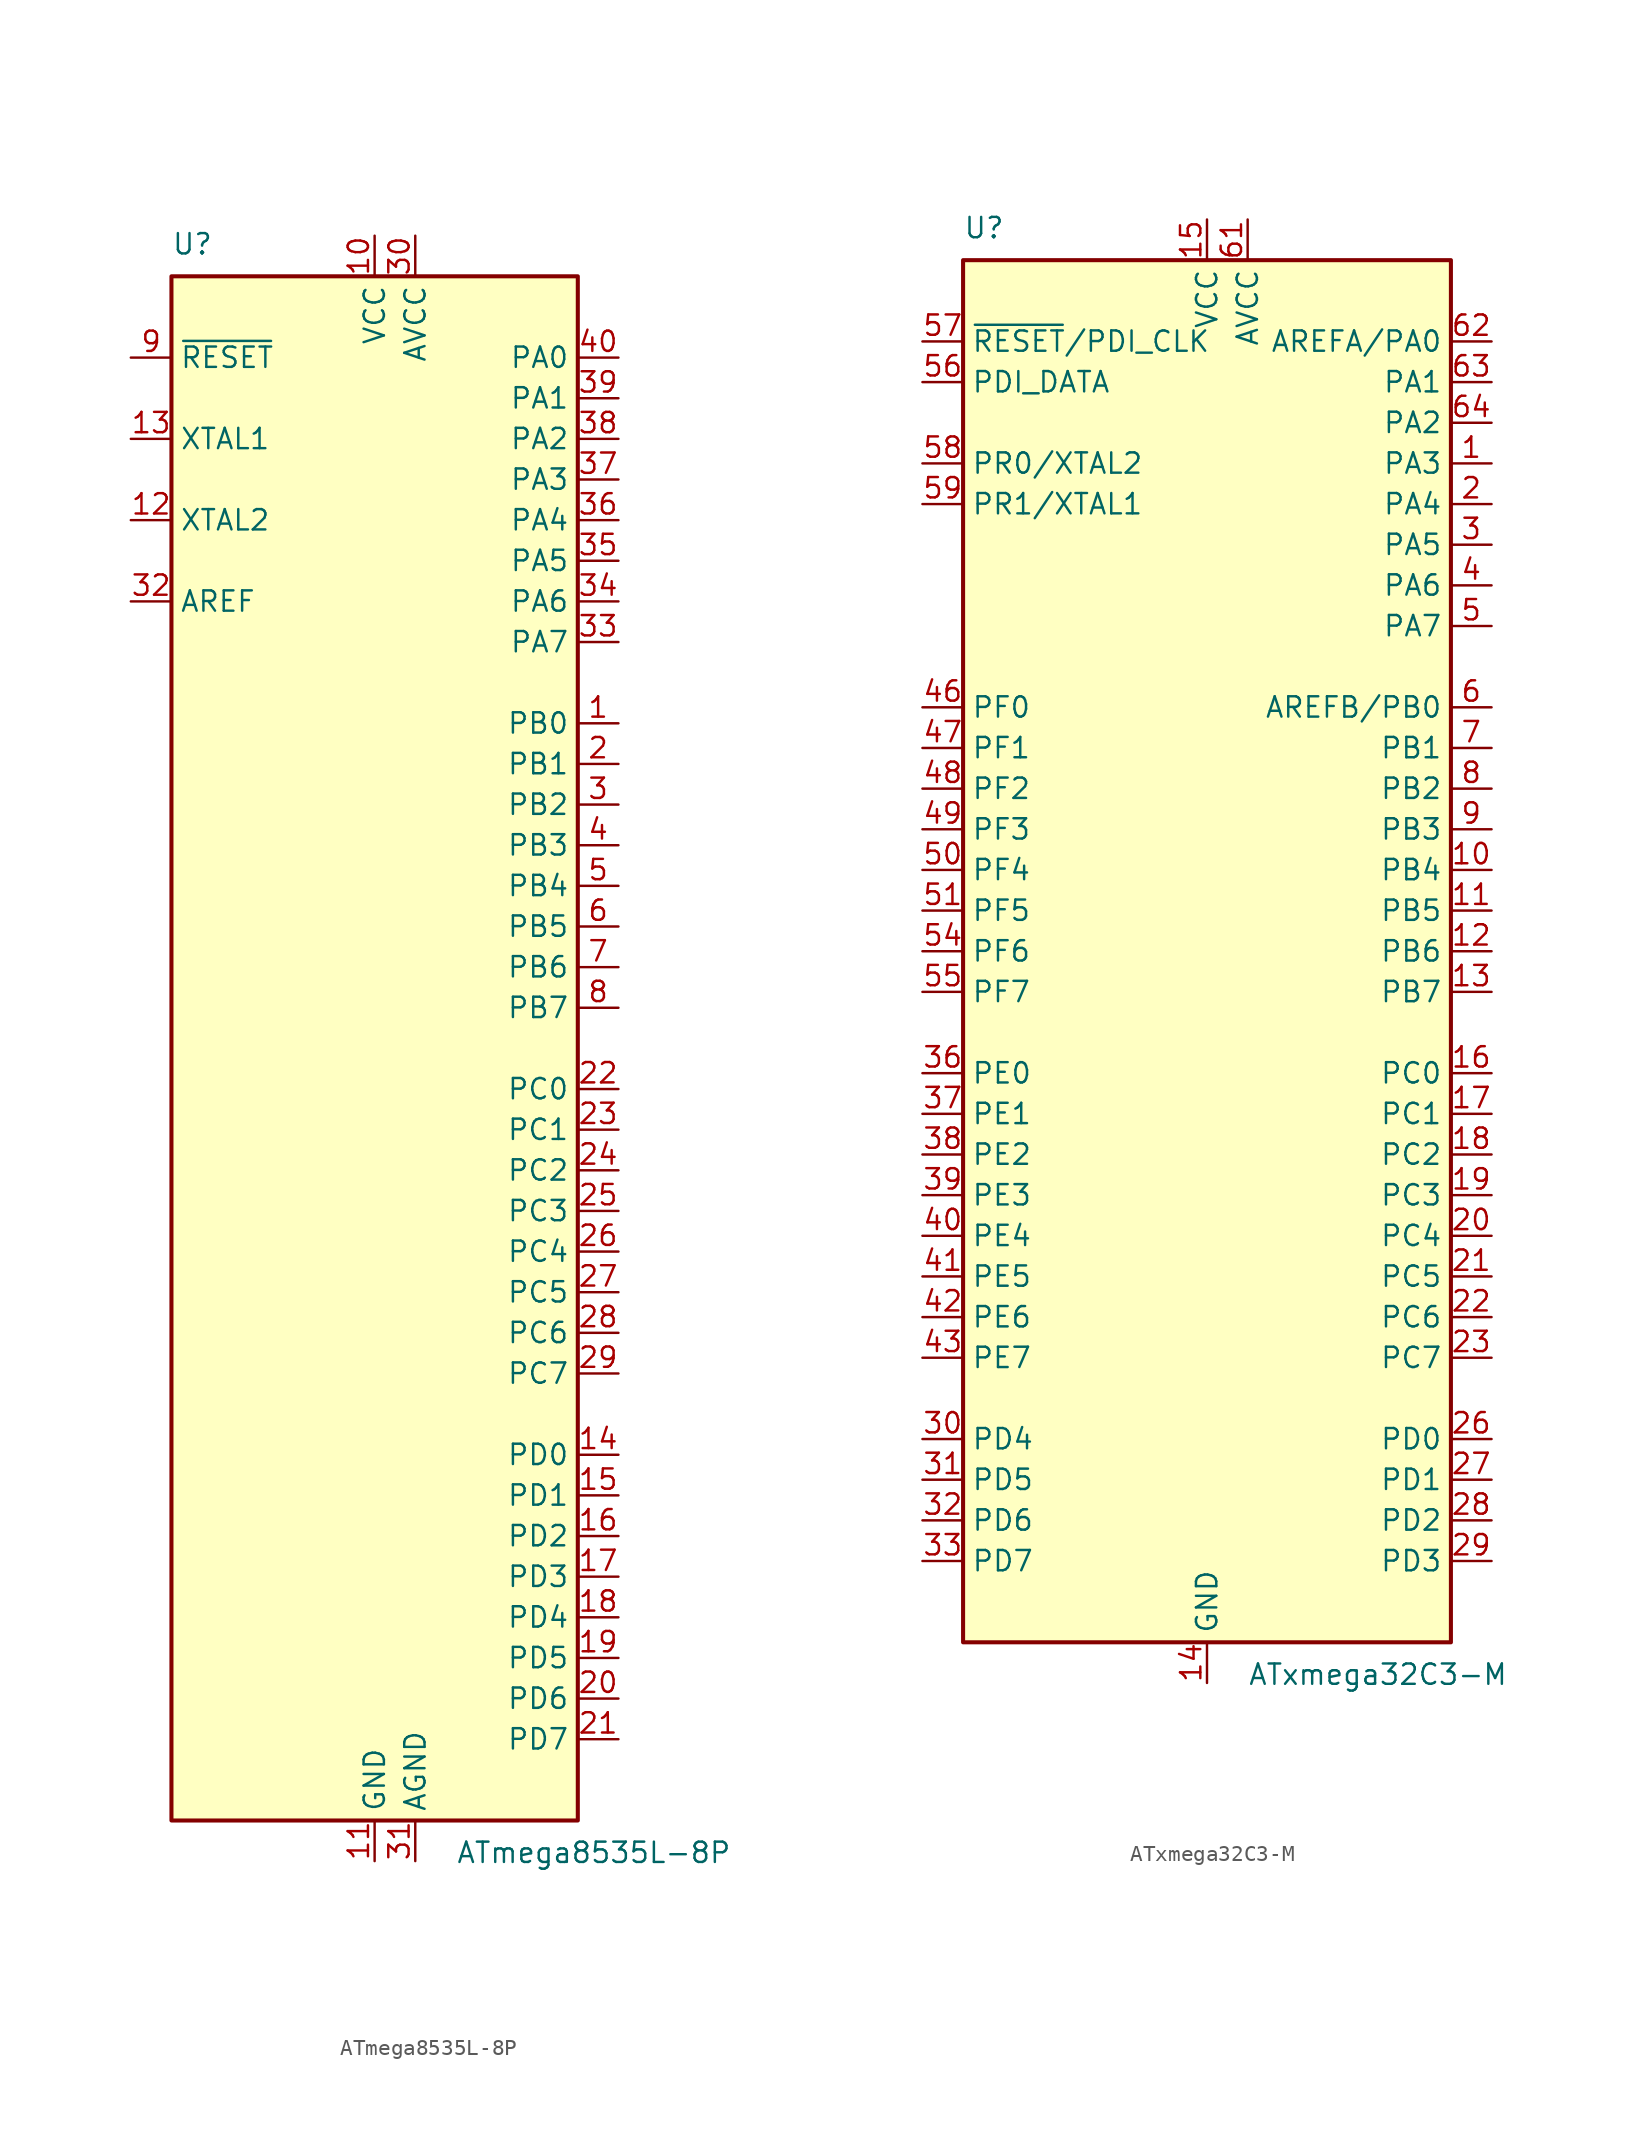
<source format=kicad_sym>
(kicad_symbol_lib
  (version 20201005)
  (generator kicad_symbol_editor)
  (symbol "MCU_Microchip_ATmega:ATmega8535L-8P"
    (property "Reference" "U"
      (at -12.7 49.53 0)
      (effects (font (size 1.27 1.27)) (justify left bottom)))
    (property "Value" "ATmega8535L-8P"
      (at 5.08 -49.53 0)
      (effects (font (size 1.27 1.27)) (justify left top)))
    (symbol "ATmega8535L-8P_0_1"
      (rectangle (start -12.7 -48.26) (end 12.7 48.26) (stroke (width 0.254)) (fill (type background))))
    (symbol "ATmega8535L-8P_1_1"
      (pin bidirectional line (at 15.24 20.32 180) (length 2.54) (name "PB0" (effects (font (size 1.27 1.27)))) (number "1" (effects (font (size 1.27 1.27)))))
      (pin power_in line (at 0 50.8 270) (length 2.54) (name "VCC" (effects (font (size 1.27 1.27)))) (number "10" (effects (font (size 1.27 1.27)))))
      (pin power_in line (at 0 -50.8 90) (length 2.54) (name "GND" (effects (font (size 1.27 1.27)))) (number "11" (effects (font (size 1.27 1.27)))))
      (pin output line (at -15.24 33.02 0) (length 2.54) (name "XTAL2" (effects (font (size 1.27 1.27)))) (number "12" (effects (font (size 1.27 1.27)))))
      (pin input line (at -15.24 38.1 0) (length 2.54) (name "XTAL1" (effects (font (size 1.27 1.27)))) (number "13" (effects (font (size 1.27 1.27)))))
      (pin bidirectional line (at 15.24 -25.4 180) (length 2.54) (name "PD0" (effects (font (size 1.27 1.27)))) (number "14" (effects (font (size 1.27 1.27)))))
      (pin bidirectional line (at 15.24 -27.94 180) (length 2.54) (name "PD1" (effects (font (size 1.27 1.27)))) (number "15" (effects (font (size 1.27 1.27)))))
      (pin bidirectional line (at 15.24 -30.48 180) (length 2.54) (name "PD2" (effects (font (size 1.27 1.27)))) (number "16" (effects (font (size 1.27 1.27)))))
      (pin bidirectional line (at 15.24 -33.02 180) (length 2.54) (name "PD3" (effects (font (size 1.27 1.27)))) (number "17" (effects (font (size 1.27 1.27)))))
      (pin bidirectional line (at 15.24 -35.56 180) (length 2.54) (name "PD4" (effects (font (size 1.27 1.27)))) (number "18" (effects (font (size 1.27 1.27)))))
      (pin bidirectional line (at 15.24 -38.1 180) (length 2.54) (name "PD5" (effects (font (size 1.27 1.27)))) (number "19" (effects (font (size 1.27 1.27)))))
      (pin bidirectional line (at 15.24 17.78 180) (length 2.54) (name "PB1" (effects (font (size 1.27 1.27)))) (number "2" (effects (font (size 1.27 1.27)))))
      (pin bidirectional line (at 15.24 -40.64 180) (length 2.54) (name "PD6" (effects (font (size 1.27 1.27)))) (number "20" (effects (font (size 1.27 1.27)))))
      (pin bidirectional line (at 15.24 -43.18 180) (length 2.54) (name "PD7" (effects (font (size 1.27 1.27)))) (number "21" (effects (font (size 1.27 1.27)))))
      (pin bidirectional line (at 15.24 -2.54 180) (length 2.54) (name "PC0" (effects (font (size 1.27 1.27)))) (number "22" (effects (font (size 1.27 1.27)))))
      (pin bidirectional line (at 15.24 -5.08 180) (length 2.54) (name "PC1" (effects (font (size 1.27 1.27)))) (number "23" (effects (font (size 1.27 1.27)))))
      (pin bidirectional line (at 15.24 -7.62 180) (length 2.54) (name "PC2" (effects (font (size 1.27 1.27)))) (number "24" (effects (font (size 1.27 1.27)))))
      (pin bidirectional line (at 15.24 -10.16 180) (length 2.54) (name "PC3" (effects (font (size 1.27 1.27)))) (number "25" (effects (font (size 1.27 1.27)))))
      (pin bidirectional line (at 15.24 -12.7 180) (length 2.54) (name "PC4" (effects (font (size 1.27 1.27)))) (number "26" (effects (font (size 1.27 1.27)))))
      (pin bidirectional line (at 15.24 -15.24 180) (length 2.54) (name "PC5" (effects (font (size 1.27 1.27)))) (number "27" (effects (font (size 1.27 1.27)))))
      (pin bidirectional line (at 15.24 -17.78 180) (length 2.54) (name "PC6" (effects (font (size 1.27 1.27)))) (number "28" (effects (font (size 1.27 1.27)))))
      (pin bidirectional line (at 15.24 -20.32 180) (length 2.54) (name "PC7" (effects (font (size 1.27 1.27)))) (number "29" (effects (font (size 1.27 1.27)))))
      (pin bidirectional line (at 15.24 15.24 180) (length 2.54) (name "PB2" (effects (font (size 1.27 1.27)))) (number "3" (effects (font (size 1.27 1.27)))))
      (pin power_in line (at 2.54 50.8 270) (length 2.54) (name "AVCC" (effects (font (size 1.27 1.27)))) (number "30" (effects (font (size 1.27 1.27)))))
      (pin power_in line (at 2.54 -50.8 90) (length 2.54) (name "AGND" (effects (font (size 1.27 1.27)))) (number "31" (effects (font (size 1.27 1.27)))))
      (pin passive line (at -15.24 27.94 0) (length 2.54) (name "AREF" (effects (font (size 1.27 1.27)))) (number "32" (effects (font (size 1.27 1.27)))))
      (pin bidirectional line (at 15.24 25.4 180) (length 2.54) (name "PA7" (effects (font (size 1.27 1.27)))) (number "33" (effects (font (size 1.27 1.27)))))
      (pin bidirectional line (at 15.24 27.94 180) (length 2.54) (name "PA6" (effects (font (size 1.27 1.27)))) (number "34" (effects (font (size 1.27 1.27)))))
      (pin bidirectional line (at 15.24 30.48 180) (length 2.54) (name "PA5" (effects (font (size 1.27 1.27)))) (number "35" (effects (font (size 1.27 1.27)))))
      (pin bidirectional line (at 15.24 33.02 180) (length 2.54) (name "PA4" (effects (font (size 1.27 1.27)))) (number "36" (effects (font (size 1.27 1.27)))))
      (pin bidirectional line (at 15.24 35.56 180) (length 2.54) (name "PA3" (effects (font (size 1.27 1.27)))) (number "37" (effects (font (size 1.27 1.27)))))
      (pin bidirectional line (at 15.24 38.1 180) (length 2.54) (name "PA2" (effects (font (size 1.27 1.27)))) (number "38" (effects (font (size 1.27 1.27)))))
      (pin bidirectional line (at 15.24 40.64 180) (length 2.54) (name "PA1" (effects (font (size 1.27 1.27)))) (number "39" (effects (font (size 1.27 1.27)))))
      (pin bidirectional line (at 15.24 12.7 180) (length 2.54) (name "PB3" (effects (font (size 1.27 1.27)))) (number "4" (effects (font (size 1.27 1.27)))))
      (pin bidirectional line (at 15.24 43.18 180) (length 2.54) (name "PA0" (effects (font (size 1.27 1.27)))) (number "40" (effects (font (size 1.27 1.27)))))
      (pin bidirectional line (at 15.24 10.16 180) (length 2.54) (name "PB4" (effects (font (size 1.27 1.27)))) (number "5" (effects (font (size 1.27 1.27)))))
      (pin bidirectional line (at 15.24 7.62 180) (length 2.54) (name "PB5" (effects (font (size 1.27 1.27)))) (number "6" (effects (font (size 1.27 1.27)))))
      (pin bidirectional line (at 15.24 5.08 180) (length 2.54) (name "PB6" (effects (font (size 1.27 1.27)))) (number "7" (effects (font (size 1.27 1.27)))))
      (pin bidirectional line (at 15.24 2.54 180) (length 2.54) (name "PB7" (effects (font (size 1.27 1.27)))) (number "8" (effects (font (size 1.27 1.27)))))
      (pin input line (at -15.24 43.18 0) (length 2.54) (name "~RESET" (effects (font (size 1.27 1.27)))) (number "9" (effects (font (size 1.27 1.27)))))))
  (symbol "MCU_Microchip_ATmega:ATxmega32C3-M"
    (property "Reference" "U"
      (at -15.24 44.45 0)
      (effects (font (size 1.27 1.27)) (justify left bottom)))
    (property "Value" "ATxmega32C3-M"
      (at 2.54 -44.45 0)
      (effects (font (size 1.27 1.27)) (justify left top)))
    (symbol "ATxmega32C3-M_0_1"
      (rectangle (start -15.24 -43.18) (end 15.24 43.18) (stroke (width 0.254)) (fill (type background))))
    (symbol "ATxmega32C3-M_1_1"
      (pin bidirectional line (at 17.78 30.48 180) (length 2.54) (name "PA3" (effects (font (size 1.27 1.27)))) (number "1" (effects (font (size 1.27 1.27)))))
      (pin bidirectional line (at 17.78 5.08 180) (length 2.54) (name "PB4" (effects (font (size 1.27 1.27)))) (number "10" (effects (font (size 1.27 1.27)))))
      (pin bidirectional line (at 17.78 2.54 180) (length 2.54) (name "PB5" (effects (font (size 1.27 1.27)))) (number "11" (effects (font (size 1.27 1.27)))))
      (pin bidirectional line (at 17.78 0 180) (length 2.54) (name "PB6" (effects (font (size 1.27 1.27)))) (number "12" (effects (font (size 1.27 1.27)))))
      (pin bidirectional line (at 17.78 -2.54 180) (length 2.54) (name "PB7" (effects (font (size 1.27 1.27)))) (number "13" (effects (font (size 1.27 1.27)))))
      (pin power_in line (at 0 -45.72 90) (length 2.54) (name "GND" (effects (font (size 1.27 1.27)))) (number "14" (effects (font (size 1.27 1.27)))))
      (pin power_in line (at 0 45.72 270) (length 2.54) (name "VCC" (effects (font (size 1.27 1.27)))) (number "15" (effects (font (size 1.27 1.27)))))
      (pin bidirectional line (at 17.78 -7.62 180) (length 2.54) (name "PC0" (effects (font (size 1.27 1.27)))) (number "16" (effects (font (size 1.27 1.27)))))
      (pin bidirectional line (at 17.78 -10.16 180) (length 2.54) (name "PC1" (effects (font (size 1.27 1.27)))) (number "17" (effects (font (size 1.27 1.27)))))
      (pin bidirectional line (at 17.78 -12.7 180) (length 2.54) (name "PC2" (effects (font (size 1.27 1.27)))) (number "18" (effects (font (size 1.27 1.27)))))
      (pin bidirectional line (at 17.78 -15.24 180) (length 2.54) (name "PC3" (effects (font (size 1.27 1.27)))) (number "19" (effects (font (size 1.27 1.27)))))
      (pin bidirectional line (at 17.78 27.94 180) (length 2.54) (name "PA4" (effects (font (size 1.27 1.27)))) (number "2" (effects (font (size 1.27 1.27)))))
      (pin bidirectional line (at 17.78 -17.78 180) (length 2.54) (name "PC4" (effects (font (size 1.27 1.27)))) (number "20" (effects (font (size 1.27 1.27)))))
      (pin bidirectional line (at 17.78 -20.32 180) (length 2.54) (name "PC5" (effects (font (size 1.27 1.27)))) (number "21" (effects (font (size 1.27 1.27)))))
      (pin bidirectional line (at 17.78 -22.86 180) (length 2.54) (name "PC6" (effects (font (size 1.27 1.27)))) (number "22" (effects (font (size 1.27 1.27)))))
      (pin bidirectional line (at 17.78 -25.4 180) (length 2.54) (name "PC7" (effects (font (size 1.27 1.27)))) (number "23" (effects (font (size 1.27 1.27)))))
      (pin passive line (at 0 -45.72 90) (length 2.54) hide (name "GND" (effects (font (size 1.27 1.27)))) (number "24" (effects (font (size 1.27 1.27)))))
      (pin passive line (at 0 45.72 270) (length 2.54) hide (name "VCC" (effects (font (size 1.27 1.27)))) (number "25" (effects (font (size 1.27 1.27)))))
      (pin bidirectional line (at 17.78 -30.48 180) (length 2.54) (name "PD0" (effects (font (size 1.27 1.27)))) (number "26" (effects (font (size 1.27 1.27)))))
      (pin bidirectional line (at 17.78 -33.02 180) (length 2.54) (name "PD1" (effects (font (size 1.27 1.27)))) (number "27" (effects (font (size 1.27 1.27)))))
      (pin bidirectional line (at 17.78 -35.56 180) (length 2.54) (name "PD2" (effects (font (size 1.27 1.27)))) (number "28" (effects (font (size 1.27 1.27)))))
      (pin bidirectional line (at 17.78 -38.1 180) (length 2.54) (name "PD3" (effects (font (size 1.27 1.27)))) (number "29" (effects (font (size 1.27 1.27)))))
      (pin bidirectional line (at 17.78 25.4 180) (length 2.54) (name "PA5" (effects (font (size 1.27 1.27)))) (number "3" (effects (font (size 1.27 1.27)))))
      (pin bidirectional line (at -17.78 -30.48 0) (length 2.54) (name "PD4" (effects (font (size 1.27 1.27)))) (number "30" (effects (font (size 1.27 1.27)))))
      (pin bidirectional line (at -17.78 -33.02 0) (length 2.54) (name "PD5" (effects (font (size 1.27 1.27)))) (number "31" (effects (font (size 1.27 1.27)))))
      (pin bidirectional line (at -17.78 -35.56 0) (length 2.54) (name "PD6" (effects (font (size 1.27 1.27)))) (number "32" (effects (font (size 1.27 1.27)))))
      (pin bidirectional line (at -17.78 -38.1 0) (length 2.54) (name "PD7" (effects (font (size 1.27 1.27)))) (number "33" (effects (font (size 1.27 1.27)))))
      (pin passive line (at 0 -45.72 90) (length 2.54) hide (name "GND" (effects (font (size 1.27 1.27)))) (number "34" (effects (font (size 1.27 1.27)))))
      (pin passive line (at 0 45.72 270) (length 2.54) hide (name "VCC" (effects (font (size 1.27 1.27)))) (number "35" (effects (font (size 1.27 1.27)))))
      (pin bidirectional line (at -17.78 -7.62 0) (length 2.54) (name "PE0" (effects (font (size 1.27 1.27)))) (number "36" (effects (font (size 1.27 1.27)))))
      (pin bidirectional line (at -17.78 -10.16 0) (length 2.54) (name "PE1" (effects (font (size 1.27 1.27)))) (number "37" (effects (font (size 1.27 1.27)))))
      (pin bidirectional line (at -17.78 -12.7 0) (length 2.54) (name "PE2" (effects (font (size 1.27 1.27)))) (number "38" (effects (font (size 1.27 1.27)))))
      (pin bidirectional line (at -17.78 -15.24 0) (length 2.54) (name "PE3" (effects (font (size 1.27 1.27)))) (number "39" (effects (font (size 1.27 1.27)))))
      (pin bidirectional line (at 17.78 22.86 180) (length 2.54) (name "PA6" (effects (font (size 1.27 1.27)))) (number "4" (effects (font (size 1.27 1.27)))))
      (pin bidirectional line (at -17.78 -17.78 0) (length 2.54) (name "PE4" (effects (font (size 1.27 1.27)))) (number "40" (effects (font (size 1.27 1.27)))))
      (pin bidirectional line (at -17.78 -20.32 0) (length 2.54) (name "PE5" (effects (font (size 1.27 1.27)))) (number "41" (effects (font (size 1.27 1.27)))))
      (pin bidirectional line (at -17.78 -22.86 0) (length 2.54) (name "PE6" (effects (font (size 1.27 1.27)))) (number "42" (effects (font (size 1.27 1.27)))))
      (pin bidirectional line (at -17.78 -25.4 0) (length 2.54) (name "PE7" (effects (font (size 1.27 1.27)))) (number "43" (effects (font (size 1.27 1.27)))))
      (pin passive line (at 0 -45.72 90) (length 2.54) hide (name "GND" (effects (font (size 1.27 1.27)))) (number "44" (effects (font (size 1.27 1.27)))))
      (pin passive line (at 0 45.72 270) (length 2.54) hide (name "VCC" (effects (font (size 1.27 1.27)))) (number "45" (effects (font (size 1.27 1.27)))))
      (pin bidirectional line (at -17.78 15.24 0) (length 2.54) (name "PF0" (effects (font (size 1.27 1.27)))) (number "46" (effects (font (size 1.27 1.27)))))
      (pin bidirectional line (at -17.78 12.7 0) (length 2.54) (name "PF1" (effects (font (size 1.27 1.27)))) (number "47" (effects (font (size 1.27 1.27)))))
      (pin bidirectional line (at -17.78 10.16 0) (length 2.54) (name "PF2" (effects (font (size 1.27 1.27)))) (number "48" (effects (font (size 1.27 1.27)))))
      (pin bidirectional line (at -17.78 7.62 0) (length 2.54) (name "PF3" (effects (font (size 1.27 1.27)))) (number "49" (effects (font (size 1.27 1.27)))))
      (pin bidirectional line (at 17.78 20.32 180) (length 2.54) (name "PA7" (effects (font (size 1.27 1.27)))) (number "5" (effects (font (size 1.27 1.27)))))
      (pin bidirectional line (at -17.78 5.08 0) (length 2.54) (name "PF4" (effects (font (size 1.27 1.27)))) (number "50" (effects (font (size 1.27 1.27)))))
      (pin bidirectional line (at -17.78 2.54 0) (length 2.54) (name "PF5" (effects (font (size 1.27 1.27)))) (number "51" (effects (font (size 1.27 1.27)))))
      (pin passive line (at 0 -45.72 90) (length 2.54) hide (name "GND" (effects (font (size 1.27 1.27)))) (number "52" (effects (font (size 1.27 1.27)))))
      (pin passive line (at 0 45.72 270) (length 2.54) hide (name "VCC" (effects (font (size 1.27 1.27)))) (number "53" (effects (font (size 1.27 1.27)))))
      (pin bidirectional line (at -17.78 0 0) (length 2.54) (name "PF6" (effects (font (size 1.27 1.27)))) (number "54" (effects (font (size 1.27 1.27)))))
      (pin bidirectional line (at -17.78 -2.54 0) (length 2.54) (name "PF7" (effects (font (size 1.27 1.27)))) (number "55" (effects (font (size 1.27 1.27)))))
      (pin bidirectional line (at -17.78 35.56 0) (length 2.54) (name "PDI_DATA" (effects (font (size 1.27 1.27)))) (number "56" (effects (font (size 1.27 1.27)))))
      (pin input line (at -17.78 38.1 0) (length 2.54) (name "~RESET~/PDI_CLK" (effects (font (size 1.27 1.27)))) (number "57" (effects (font (size 1.27 1.27)))))
      (pin bidirectional line (at -17.78 30.48 0) (length 2.54) (name "PR0/XTAL2" (effects (font (size 1.27 1.27)))) (number "58" (effects (font (size 1.27 1.27)))))
      (pin bidirectional line (at -17.78 27.94 0) (length 2.54) (name "PR1/XTAL1" (effects (font (size 1.27 1.27)))) (number "59" (effects (font (size 1.27 1.27)))))
      (pin bidirectional line (at 17.78 15.24 180) (length 2.54) (name "AREFB/PB0" (effects (font (size 1.27 1.27)))) (number "6" (effects (font (size 1.27 1.27)))))
      (pin passive line (at 0 -45.72 90) (length 2.54) hide (name "GND" (effects (font (size 1.27 1.27)))) (number "60" (effects (font (size 1.27 1.27)))))
      (pin power_in line (at 2.54 45.72 270) (length 2.54) (name "AVCC" (effects (font (size 1.27 1.27)))) (number "61" (effects (font (size 1.27 1.27)))))
      (pin bidirectional line (at 17.78 38.1 180) (length 2.54) (name "AREFA/PA0" (effects (font (size 1.27 1.27)))) (number "62" (effects (font (size 1.27 1.27)))))
      (pin bidirectional line (at 17.78 35.56 180) (length 2.54) (name "PA1" (effects (font (size 1.27 1.27)))) (number "63" (effects (font (size 1.27 1.27)))))
      (pin bidirectional line (at 17.78 33.02 180) (length 2.54) (name "PA2" (effects (font (size 1.27 1.27)))) (number "64" (effects (font (size 1.27 1.27)))))
      (pin passive line (at 0 -45.72 90) (length 2.54) hide (name "GND" (effects (font (size 1.27 1.27)))) (number "65" (effects (font (size 1.27 1.27)))))
      (pin bidirectional line (at 17.78 12.7 180) (length 2.54) (name "PB1" (effects (font (size 1.27 1.27)))) (number "7" (effects (font (size 1.27 1.27)))))
      (pin bidirectional line (at 17.78 10.16 180) (length 2.54) (name "PB2" (effects (font (size 1.27 1.27)))) (number "8" (effects (font (size 1.27 1.27)))))
      (pin bidirectional line (at 17.78 7.62 180) (length 2.54) (name "PB3" (effects (font (size 1.27 1.27)))) (number "9" (effects (font (size 1.27 1.27))))))))
</source>
